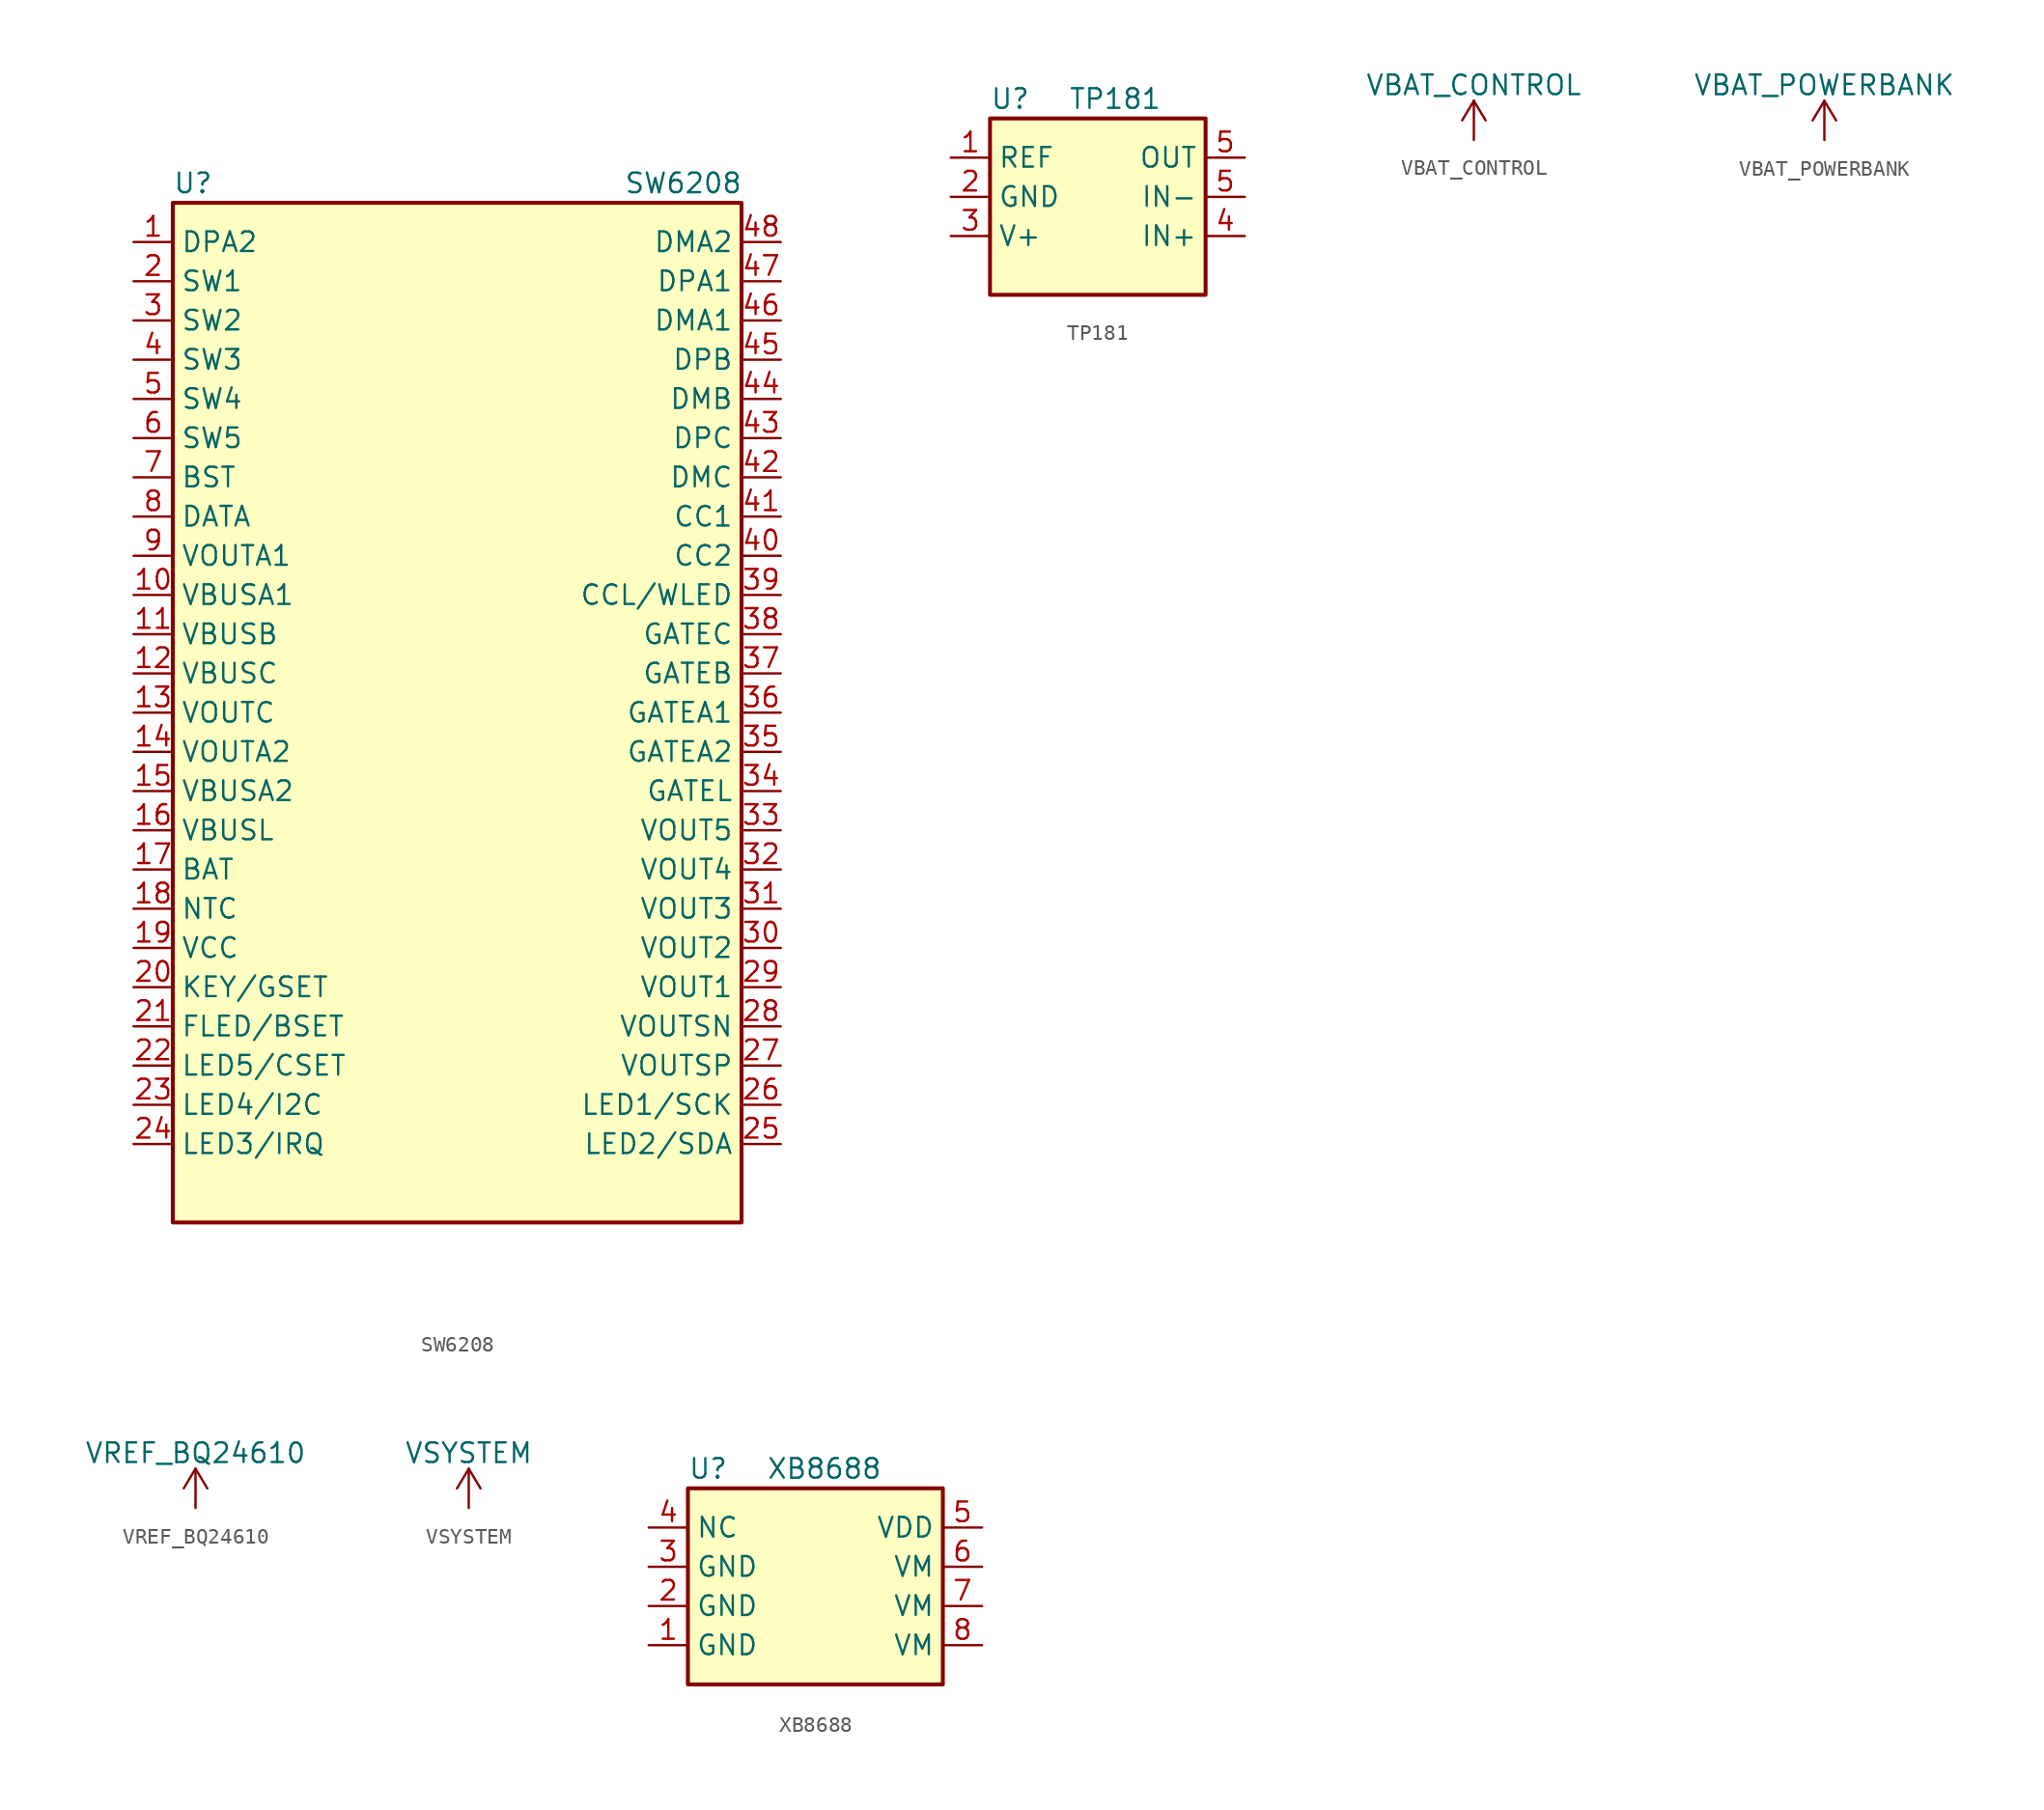
<source format=kicad_sym>
(kicad_symbol_lib
  (version 20220914)
  (generator kicad_symbol_editor)
  (symbol "SW6208"
    (property "Reference" "U"
      (at 0 1.27 0)
      (effects (font (size 1.27 1.27)) (justify left)))
    (property "Value" "SW6208"
      (at 29.21 1.27 0)
      (effects (font (size 1.27 1.27)) (justify left)))
    (symbol "SW6208_0_0"
      (pin bidirectional line (at -2.54 -30.48 0) (length 2.54) (name "VBUSC" (effects (font (size 1.27 1.27)))) (number "12" (effects (font (size 1.27 1.27)))))
      (pin bidirectional line (at -2.54 -33.02 0) (length 2.54) (name "VOUTC" (effects (font (size 1.27 1.27)))) (number "13" (effects (font (size 1.27 1.27)))))
      (pin bidirectional line (at -2.54 -35.56 0) (length 2.54) (name "VOUTA2" (effects (font (size 1.27 1.27)))) (number "14" (effects (font (size 1.27 1.27)))))
      (pin bidirectional line (at -2.54 -38.1 0) (length 2.54) (name "VBUSA2" (effects (font (size 1.27 1.27)))) (number "15" (effects (font (size 1.27 1.27)))))
      (pin bidirectional line (at -2.54 -40.64 0) (length 2.54) (name "VBUSL" (effects (font (size 1.27 1.27)))) (number "16" (effects (font (size 1.27 1.27)))))
      (pin bidirectional line (at -2.54 -43.18 0) (length 2.54) (name "BAT" (effects (font (size 1.27 1.27)))) (number "17" (effects (font (size 1.27 1.27)))))
      (pin bidirectional line (at -2.54 -50.8 0) (length 2.54) (name "KEY/GSET" (effects (font (size 1.27 1.27)))) (number "20" (effects (font (size 1.27 1.27)))))
      (pin bidirectional line (at -2.54 -55.88 0) (length 2.54) (name "LED5/CSET" (effects (font (size 1.27 1.27)))) (number "22" (effects (font (size 1.27 1.27)))))
      (pin bidirectional line (at -2.54 -58.42 0) (length 2.54) (name "LED4/I2C" (effects (font (size 1.27 1.27)))) (number "23" (effects (font (size 1.27 1.27)))))
      (pin bidirectional line (at -2.54 -60.96 0) (length 2.54) (name "LED3/IRQ" (effects (font (size 1.27 1.27)))) (number "24" (effects (font (size 1.27 1.27)))))
      (pin bidirectional line (at 39.37 -60.96 180) (length 2.54) (name "LED2/SDA" (effects (font (size 1.27 1.27)))) (number "25" (effects (font (size 1.27 1.27)))))
      (pin bidirectional line (at 39.37 -55.88 180) (length 2.54) (name "VOUTSP" (effects (font (size 1.27 1.27)))) (number "27" (effects (font (size 1.27 1.27)))))
      (pin bidirectional line (at 39.37 -53.34 180) (length 2.54) (name "VOUTSN" (effects (font (size 1.27 1.27)))) (number "28" (effects (font (size 1.27 1.27)))))
      (pin bidirectional line (at 39.37 -38.1 180) (length 2.54) (name "GATEL" (effects (font (size 1.27 1.27)))) (number "34" (effects (font (size 1.27 1.27)))))
      (pin bidirectional line (at 39.37 -35.56 180) (length 2.54) (name "GATEA2" (effects (font (size 1.27 1.27)))) (number "35" (effects (font (size 1.27 1.27)))))
      (pin bidirectional line (at 39.37 -33.02 180) (length 2.54) (name "GATEA1" (effects (font (size 1.27 1.27)))) (number "36" (effects (font (size 1.27 1.27)))))
      (pin bidirectional line (at 39.37 -27.94 180) (length 2.54) (name "GATEC" (effects (font (size 1.27 1.27)))) (number "38" (effects (font (size 1.27 1.27)))))
      (pin bidirectional line (at 39.37 -25.4 180) (length 2.54) (name "CCL/WLED" (effects (font (size 1.27 1.27)))) (number "39" (effects (font (size 1.27 1.27)))))
      (pin bidirectional line (at 39.37 -22.86 180) (length 2.54) (name "CC2" (effects (font (size 1.27 1.27)))) (number "40" (effects (font (size 1.27 1.27)))))
      (pin bidirectional line (at 39.37 -20.32 180) (length 2.54) (name "CC1" (effects (font (size 1.27 1.27)))) (number "41" (effects (font (size 1.27 1.27)))))
      (pin bidirectional line (at 39.37 -17.78 180) (length 2.54) (name "DMC" (effects (font (size 1.27 1.27)))) (number "42" (effects (font (size 1.27 1.27))))))
    (symbol "SW6208_0_1"
      (rectangle (start 0 0) (end 36.83 -66.04) (stroke (width 0.254) (type default)) (fill (type background))))
    (symbol "SW6208_1_0"
      (pin bidirectional line (at -2.54 -2.54 0) (length 2.54) (name "DPA2" (effects (font (size 1.27 1.27)))) (number "1" (effects (font (size 1.27 1.27)))))
      (pin bidirectional line (at -2.54 -25.4 0) (length 2.54) (name "VBUSA1" (effects (font (size 1.27 1.27)))) (number "10" (effects (font (size 1.27 1.27)))))
      (pin bidirectional line (at -2.54 -27.94 0) (length 2.54) (name "VBUSB" (effects (font (size 1.27 1.27)))) (number "11" (effects (font (size 1.27 1.27)))))
      (pin bidirectional line (at -2.54 -45.72 0) (length 2.54) (name "NTC" (effects (font (size 1.27 1.27)))) (number "18" (effects (font (size 1.27 1.27)))))
      (pin bidirectional line (at -2.54 -48.26 0) (length 2.54) (name "VCC" (effects (font (size 1.27 1.27)))) (number "19" (effects (font (size 1.27 1.27)))))
      (pin bidirectional line (at -2.54 -5.08 0) (length 2.54) (name "SW1" (effects (font (size 1.27 1.27)))) (number "2" (effects (font (size 1.27 1.27)))))
      (pin bidirectional line (at -2.54 -53.34 0) (length 2.54) (name "FLED/BSET" (effects (font (size 1.27 1.27)))) (number "21" (effects (font (size 1.27 1.27)))))
      (pin power_out line (at 39.37 -58.42 180) (length 2.54) (name "LED1/SCK" (effects (font (size 1.27 1.27)))) (number "26" (effects (font (size 1.27 1.27)))))
      (pin bidirectional line (at 39.37 -50.8 180) (length 2.54) (name "VOUT1" (effects (font (size 1.27 1.27)))) (number "29" (effects (font (size 1.27 1.27)))))
      (pin bidirectional line (at -2.54 -7.62 0) (length 2.54) (name "SW2" (effects (font (size 1.27 1.27)))) (number "3" (effects (font (size 1.27 1.27)))))
      (pin bidirectional line (at 39.37 -48.26 180) (length 2.54) (name "VOUT2" (effects (font (size 1.27 1.27)))) (number "30" (effects (font (size 1.27 1.27)))))
      (pin bidirectional line (at 39.37 -45.72 180) (length 2.54) (name "VOUT3" (effects (font (size 1.27 1.27)))) (number "31" (effects (font (size 1.27 1.27)))))
      (pin bidirectional line (at 39.37 -43.18 180) (length 2.54) (name "VOUT4" (effects (font (size 1.27 1.27)))) (number "32" (effects (font (size 1.27 1.27)))))
      (pin bidirectional line (at 39.37 -40.64 180) (length 2.54) (name "VOUT5" (effects (font (size 1.27 1.27)))) (number "33" (effects (font (size 1.27 1.27)))))
      (pin bidirectional line (at 39.37 -30.48 180) (length 2.54) (name "GATEB" (effects (font (size 1.27 1.27)))) (number "37" (effects (font (size 1.27 1.27)))))
      (pin bidirectional line (at -2.54 -10.16 0) (length 2.54) (name "SW3" (effects (font (size 1.27 1.27)))) (number "4" (effects (font (size 1.27 1.27)))))
      (pin bidirectional line (at 39.37 -15.24 180) (length 2.54) (name "DPC" (effects (font (size 1.27 1.27)))) (number "43" (effects (font (size 1.27 1.27)))))
      (pin bidirectional line (at 39.37 -12.7 180) (length 2.54) (name "DMB" (effects (font (size 1.27 1.27)))) (number "44" (effects (font (size 1.27 1.27)))))
      (pin bidirectional line (at 39.37 -10.16 180) (length 2.54) (name "DPB" (effects (font (size 1.27 1.27)))) (number "45" (effects (font (size 1.27 1.27)))))
      (pin bidirectional line (at 39.37 -7.62 180) (length 2.54) (name "DMA1" (effects (font (size 1.27 1.27)))) (number "46" (effects (font (size 1.27 1.27)))))
      (pin bidirectional line (at 39.37 -5.08 180) (length 2.54) (name "DPA1" (effects (font (size 1.27 1.27)))) (number "47" (effects (font (size 1.27 1.27)))))
      (pin bidirectional line (at 39.37 -2.54 180) (length 2.54) (name "DMA2" (effects (font (size 1.27 1.27)))) (number "48" (effects (font (size 1.27 1.27)))))
      (pin bidirectional line (at -2.54 -12.7 0) (length 2.54) (name "SW4" (effects (font (size 1.27 1.27)))) (number "5" (effects (font (size 1.27 1.27)))))
      (pin bidirectional line (at -2.54 -15.24 0) (length 2.54) (name "SW5" (effects (font (size 1.27 1.27)))) (number "6" (effects (font (size 1.27 1.27)))))
      (pin bidirectional line (at -2.54 -17.78 0) (length 2.54) (name "BST" (effects (font (size 1.27 1.27)))) (number "7" (effects (font (size 1.27 1.27)))))
      (pin bidirectional line (at -2.54 -20.32 0) (length 2.54) (name "DATA" (effects (font (size 1.27 1.27)))) (number "8" (effects (font (size 1.27 1.27)))))
      (pin bidirectional line (at -2.54 -22.86 0) (length 2.54) (name "VOUTA1" (effects (font (size 1.27 1.27)))) (number "9" (effects (font (size 1.27 1.27)))))))
  (symbol "TP181"
    (property "Reference" "U"
      (at 0 1.27 0)
      (effects (font (size 1.27 1.27)) (justify left)))
    (property "Value" "TP181"
      (at 5.08 1.27 0)
      (effects (font (size 1.27 1.27)) (justify left)))
    (symbol "TP181_0_1"
      (rectangle (start 0 0) (end 13.97 -11.43) (stroke (width 0.254) (type default)) (fill (type background))))
    (symbol "TP181_1_0"
      (pin bidirectional line (at -2.54 -2.54 0) (length 2.54) (name "REF" (effects (font (size 1.27 1.27)))) (number "1" (effects (font (size 1.27 1.27)))))
      (pin bidirectional line (at -2.54 -5.08 0) (length 2.54) (name "GND" (effects (font (size 1.27 1.27)))) (number "2" (effects (font (size 1.27 1.27)))))
      (pin bidirectional line (at -2.54 -7.62 0) (length 2.54) (name "V+" (effects (font (size 1.27 1.27)))) (number "3" (effects (font (size 1.27 1.27)))))
      (pin bidirectional line (at 16.51 -7.62 180) (length 2.54) (name "IN+" (effects (font (size 1.27 1.27)))) (number "4" (effects (font (size 1.27 1.27)))))
      (pin bidirectional line (at 16.51 -5.08 180) (length 2.54) (name "IN-" (effects (font (size 1.27 1.27)))) (number "5" (effects (font (size 1.27 1.27)))))
      (pin bidirectional line (at 16.51 -2.54 180) (length 2.54) (name "OUT" (effects (font (size 1.27 1.27)))) (number "5" (effects (font (size 1.27 1.27)))))))
  (symbol "VBAT_CONTROL"
    (power)
    (pin_names
      (offset 0))
    (property "Reference" "#PWR"
      (at 0 -3.81 0)
      (effects (font (size 1.27 1.27)) hide))
    (property "Value" "VBAT_CONTROL"
      (at 0 3.556 0)
      (effects (font (size 1.27 1.27))))
    (symbol "VBAT_CONTROL_0_1"
      (polyline (pts (xy -0.762 1.27) (xy 0 2.54)) (stroke (width 0) (type default)) (fill (type none)))
      (polyline (pts (xy 0 0) (xy 0 2.54)) (stroke (width 0) (type default)) (fill (type none)))
      (polyline (pts (xy 0 2.54) (xy 0.762 1.27)) (stroke (width 0) (type default)) (fill (type none))))
    (symbol "VBAT_CONTROL_1_1"
      (pin power_in line (at 0 0 90) (length 0) hide (name "VBAT_CONTROL" (effects (font (size 1.27 1.27)))) (number "1" (effects (font (size 1.27 1.27)))))))
  (symbol "VBAT_POWERBANK"
    (power)
    (pin_names
      (offset 0))
    (property "Reference" "#PWR"
      (at 0 -3.81 0)
      (effects (font (size 1.27 1.27)) hide))
    (property "Value" "VBAT_POWERBANK"
      (at 0 3.556 0)
      (effects (font (size 1.27 1.27))))
    (symbol "VBAT_POWERBANK_0_1"
      (polyline (pts (xy -0.762 1.27) (xy 0 2.54)) (stroke (width 0) (type default)) (fill (type none)))
      (polyline (pts (xy 0 0) (xy 0 2.54)) (stroke (width 0) (type default)) (fill (type none)))
      (polyline (pts (xy 0 2.54) (xy 0.762 1.27)) (stroke (width 0) (type default)) (fill (type none))))
    (symbol "VBAT_POWERBANK_1_1"
      (pin power_in line (at 0 0 90) (length 0) hide (name "VBAT_POWERBANK" (effects (font (size 1.27 1.27)))) (number "1" (effects (font (size 1.27 1.27)))))))
  (symbol "VREF_BQ24610"
    (power)
    (pin_names
      (offset 0))
    (property "Reference" "#PWR"
      (at 0 -3.81 0)
      (effects (font (size 1.27 1.27)) hide))
    (property "Value" "VREF_BQ24610"
      (at 0 3.556 0)
      (effects (font (size 1.27 1.27))))
    (symbol "VREF_BQ24610_0_1"
      (polyline (pts (xy -0.762 1.27) (xy 0 2.54)) (stroke (width 0) (type default)) (fill (type none)))
      (polyline (pts (xy 0 0) (xy 0 2.54)) (stroke (width 0) (type default)) (fill (type none)))
      (polyline (pts (xy 0 2.54) (xy 0.762 1.27)) (stroke (width 0) (type default)) (fill (type none))))
    (symbol "VREF_BQ24610_1_1"
      (pin power_in line (at 0 0 90) (length 0) hide (name "VREF_24610" (effects (font (size 1.27 1.27)))) (number "1" (effects (font (size 1.27 1.27)))))))
  (symbol "VSYSTEM"
    (power)
    (pin_names
      (offset 0))
    (property "Reference" "#PWR"
      (at 0 -3.81 0)
      (effects (font (size 1.27 1.27)) hide))
    (property "Value" "VSYSTEM"
      (at 0 3.556 0)
      (effects (font (size 1.27 1.27))))
    (symbol "VSYSTEM_0_1"
      (polyline (pts (xy -0.762 1.27) (xy 0 2.54)) (stroke (width 0) (type default)) (fill (type none)))
      (polyline (pts (xy 0 0) (xy 0 2.54)) (stroke (width 0) (type default)) (fill (type none)))
      (polyline (pts (xy 0 2.54) (xy 0.762 1.27)) (stroke (width 0) (type default)) (fill (type none))))
    (symbol "VSYSTEM_1_1"
      (pin power_in line (at 0 0 90) (length 0) hide (name "SYSTEM" (effects (font (size 1.27 1.27)))) (number "1" (effects (font (size 1.27 1.27)))))))
  (symbol "XB8688"
    (property "Reference" "U"
      (at 0 1.27 0)
      (effects (font (size 1.27 1.27)) (justify left)))
    (property "Value" "XB8688"
      (at 5.08 1.27 0)
      (effects (font (size 1.27 1.27)) (justify left)))
    (symbol "XB8688_0_1"
      (rectangle (start 0 0) (end 16.51 -12.7) (stroke (width 0.254) (type default)) (fill (type background))))
    (symbol "XB8688_1_0"
      (pin bidirectional line (at -2.54 -10.16 0) (length 2.54) (name "GND" (effects (font (size 1.27 1.27)))) (number "1" (effects (font (size 1.27 1.27)))))
      (pin bidirectional line (at -2.54 -7.62 0) (length 2.54) (name "GND" (effects (font (size 1.27 1.27)))) (number "2" (effects (font (size 1.27 1.27)))))
      (pin bidirectional line (at -2.54 -5.08 0) (length 2.54) (name "GND" (effects (font (size 1.27 1.27)))) (number "3" (effects (font (size 1.27 1.27)))))
      (pin bidirectional line (at -2.54 -2.54 0) (length 2.54) (name "NC" (effects (font (size 1.27 1.27)))) (number "4" (effects (font (size 1.27 1.27)))))
      (pin bidirectional line (at 19.05 -2.54 180) (length 2.54) (name "VDD" (effects (font (size 1.27 1.27)))) (number "5" (effects (font (size 1.27 1.27)))))
      (pin bidirectional line (at 19.05 -5.08 180) (length 2.54) (name "VM" (effects (font (size 1.27 1.27)))) (number "6" (effects (font (size 1.27 1.27)))))
      (pin bidirectional line (at 19.05 -7.62 180) (length 2.54) (name "VM" (effects (font (size 1.27 1.27)))) (number "7" (effects (font (size 1.27 1.27)))))
      (pin bidirectional line (at 19.05 -10.16 180) (length 2.54) (name "VM" (effects (font (size 1.27 1.27)))) (number "8" (effects (font (size 1.27 1.27))))))))
</source>
